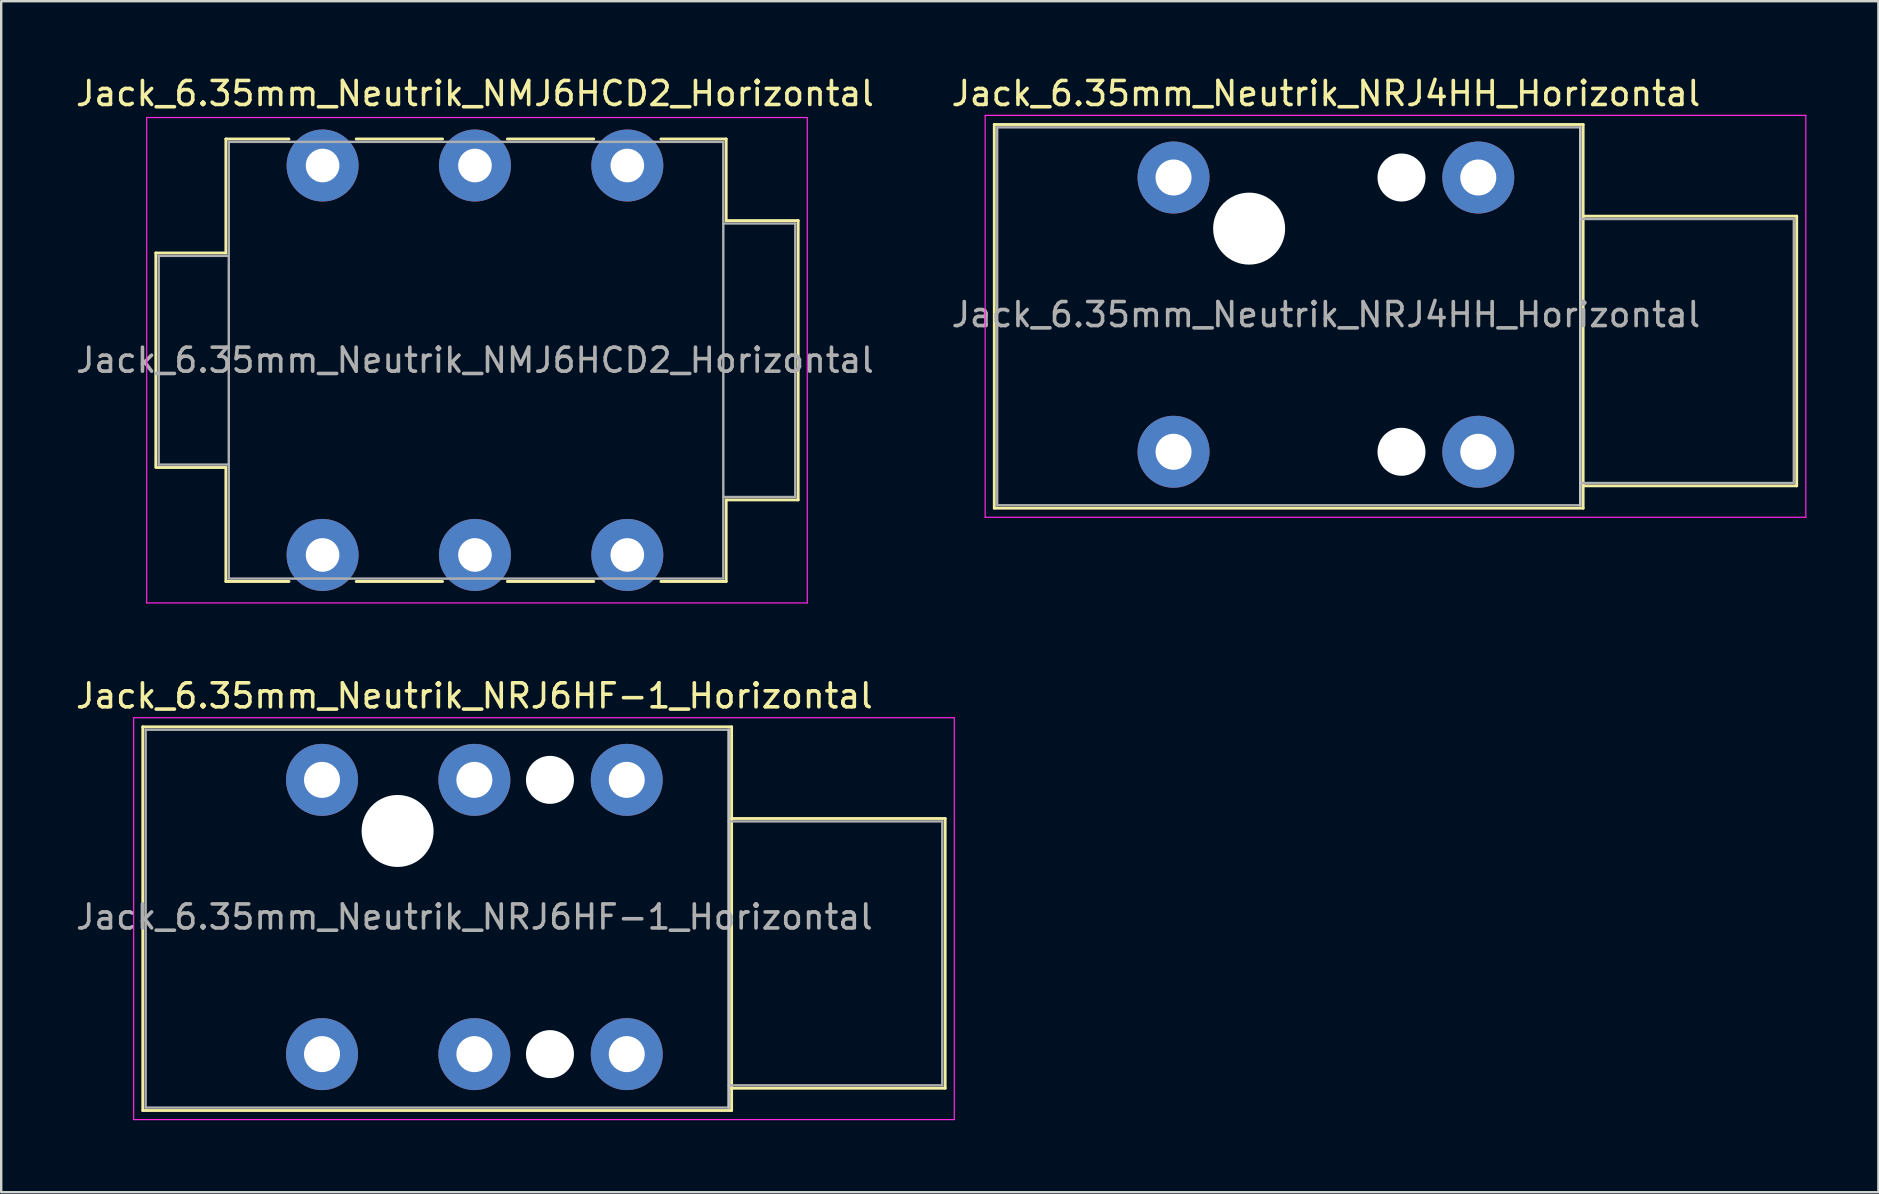
<source format=kicad_pcb>
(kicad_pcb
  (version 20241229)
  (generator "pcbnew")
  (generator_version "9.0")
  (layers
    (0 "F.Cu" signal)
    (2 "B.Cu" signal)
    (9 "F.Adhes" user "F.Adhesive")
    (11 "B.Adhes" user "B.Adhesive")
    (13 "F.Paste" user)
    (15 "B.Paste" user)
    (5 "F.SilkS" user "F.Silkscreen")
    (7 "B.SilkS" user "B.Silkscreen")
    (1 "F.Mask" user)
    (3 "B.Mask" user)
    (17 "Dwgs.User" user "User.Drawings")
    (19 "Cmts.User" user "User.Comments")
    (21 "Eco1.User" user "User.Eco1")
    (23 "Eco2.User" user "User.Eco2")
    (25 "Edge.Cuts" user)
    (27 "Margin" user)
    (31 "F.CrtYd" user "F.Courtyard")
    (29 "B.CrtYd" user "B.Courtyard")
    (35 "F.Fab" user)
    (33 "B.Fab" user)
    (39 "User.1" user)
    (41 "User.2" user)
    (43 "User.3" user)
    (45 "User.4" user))
  (footprint "Jack_6.35mm_Neutrik_NRJ4HH_Horizontal"
    (layer "F.Cu")
    (at 45.858 4.348)
    (property "Reference" "Jack_6.35mm_Neutrik_NRJ4HH_Horizontal" (at 6.35 -3.5 0) (layer "F.SilkS") (effects (font (size 1 1) (thickness 0.15))))
    (attr through_hole)
    (fp_line (start -7.47 -2.21) (end 17.07 -2.21) (stroke (width 0.12) (type solid)) (layer "F.SilkS"))
    (fp_line (start -7.47 13.78) (end -7.47 -2.21) (stroke (width 0.12) (type solid)) (layer "F.SilkS"))
    (fp_line (start -7.47 13.78) (end 17.07 13.78) (stroke (width 0.12) (type solid)) (layer "F.SilkS"))
    (fp_line (start 17.07 -2.21) (end 17.07 13.78) (stroke (width 0.12) (type solid)) (layer "F.SilkS"))
    (fp_line (start 25.97 1.61) (end 17.07 1.61) (stroke (width 0.12) (type solid)) (layer "F.SilkS"))
    (fp_line (start 25.97 12.85) (end 17.07 12.85) (stroke (width 0.12) (type solid)) (layer "F.SilkS"))
    (fp_line (start 25.97 12.85) (end 25.97 1.61) (stroke (width 0.12) (type solid)) (layer "F.SilkS"))
    (fp_line (start 16.95 -2.09) (end 16.95 13.66) (stroke (width 0.1) (type solid)) (layer "Dwgs.User"))
    (fp_line (start -7.85 14.16) (end -7.85 -2.59) (stroke (width 0.05) (type solid)) (layer "F.CrtYd"))
    (fp_line (start -7.85 14.16) (end 26.35 14.16) (stroke (width 0.05) (type solid)) (layer "F.CrtYd"))
    (fp_line (start 26.35 -2.59) (end -7.85 -2.59) (stroke (width 0.05) (type solid)) (layer "F.CrtYd"))
    (fp_line (start 26.35 14.16) (end 26.35 -2.59) (stroke (width 0.05) (type solid)) (layer "F.CrtYd"))
    (fp_line (start -7.35 -2.09) (end 16.95 -2.09) (stroke (width 0.1) (type solid)) (layer "F.Fab"))
    (fp_line (start -7.35 13.66) (end -7.35 -2.09) (stroke (width 0.1) (type solid)) (layer "F.Fab"))
    (fp_line (start 16.95 -2.09) (end 16.95 13.66) (stroke (width 0.1) (type solid)) (layer "F.Fab"))
    (fp_line (start 16.95 12.73) (end 25.85 12.73) (stroke (width 0.1) (type solid)) (layer "F.Fab"))
    (fp_line (start 16.95 13.66) (end -7.35 13.66) (stroke (width 0.1) (type solid)) (layer "F.Fab"))
    (fp_line (start 25.85 1.73) (end 16.95 1.73) (stroke (width 0.1) (type solid)) (layer "F.Fab"))
    (fp_line (start 25.85 12.73) (end 25.85 1.73) (stroke (width 0.1) (type solid)) (layer "F.Fab"))
    (fp_text user "${REFERENCE}" (at 6.35 5.715 0) (layer "F.Fab") (effects (font (size 1 1) (thickness 0.15))))
    (pad "" np_thru_hole circle (at 3.15 2.13) (size 3 3) (drill 3) (layers "*.Cu" "*.Mask"))
    (pad "" np_thru_hole circle (at 9.5 0) (size 2 2) (drill 2) (layers "*.Cu" "*.Mask"))
    (pad "" np_thru_hole circle (at 9.5 11.43) (size 2 2) (drill 2) (layers "*.Cu" "*.Mask"))
    (pad "S" thru_hole circle (at 12.7 0) (size 3 3) (drill 1.5) (layers "*.Cu" "*.Mask"))
    (pad "SN" thru_hole circle (at 12.7 11.43) (size 3 3) (drill 1.5) (layers "*.Cu" "*.Mask"))
    (pad "T" thru_hole circle (at 0 0) (size 3 3) (drill 1.5) (layers "*.Cu" "*.Mask"))
    (pad "TN" thru_hole circle (at 0 11.43) (size 3 3) (drill 1.5) (layers "*.Cu" "*.Mask")))
  (footprint "Jack_6.35mm_Neutrik_NMJ6HCD2_Horizontal"
    (layer "F.Cu")
    (at 10.394 3.848)
    (property "Reference" "Jack_6.35mm_Neutrik_NMJ6HCD2_Horizontal" (at 6.35 -3 0) (layer "F.SilkS") (effects (font (size 1 1) (thickness 0.15))))
    (attr through_hole)
    (fp_line (start -6.95 3.645) (end -4.03 3.645) (stroke (width 0.12) (type solid)) (layer "F.SilkS"))
    (fp_line (start -6.95 12.545) (end -6.95 3.645) (stroke (width 0.12) (type solid)) (layer "F.SilkS"))
    (fp_line (start -6.95 12.585) (end -4.03 12.585) (stroke (width 0.12) (type solid)) (layer "F.SilkS"))
    (fp_line (start -4.03 -1.105) (end -1.4 -1.105) (stroke (width 0.12) (type solid)) (layer "F.SilkS"))
    (fp_line (start -4.03 3.645) (end -4.03 -1.105) (stroke (width 0.12) (type solid)) (layer "F.SilkS"))
    (fp_line (start -4.03 17.335) (end -4.03 12.585) (stroke (width 0.12) (type solid)) (layer "F.SilkS"))
    (fp_line (start -1.4 17.335) (end -4.03 17.335) (stroke (width 0.12) (type solid)) (layer "F.SilkS"))
    (fp_line (start 1.4 -1.105) (end 5 -1.105) (stroke (width 0.12) (type solid)) (layer "F.SilkS"))
    (fp_line (start 5 17.335) (end 1.4 17.335) (stroke (width 0.12) (type solid)) (layer "F.SilkS"))
    (fp_line (start 7.7 -1.105) (end 11.3 -1.105) (stroke (width 0.12) (type solid)) (layer "F.SilkS"))
    (fp_line (start 11.3 17.335) (end 7.7 17.335) (stroke (width 0.12) (type solid)) (layer "F.SilkS"))
    (fp_line (start 16.82 -1.105) (end 14.1 -1.105) (stroke (width 0.12) (type solid)) (layer "F.SilkS"))
    (fp_line (start 16.82 2.295) (end 16.82 -1.105) (stroke (width 0.12) (type solid)) (layer "F.SilkS"))
    (fp_line (start 16.82 2.295) (end 19.82 2.295) (stroke (width 0.12) (type solid)) (layer "F.SilkS"))
    (fp_line (start 16.82 13.935) (end 19.82 13.935) (stroke (width 0.12) (type solid)) (layer "F.SilkS"))
    (fp_line (start 16.82 17.335) (end 14.1 17.335) (stroke (width 0.12) (type solid)) (layer "F.SilkS"))
    (fp_line (start 16.82 17.335) (end 16.82 13.935) (stroke (width 0.12) (type solid)) (layer "F.SilkS"))
    (fp_line (start 19.82 13.935) (end 19.82 2.295) (stroke (width 0.12) (type solid)) (layer "F.SilkS"))
    (fp_line (start -7.33 18.23) (end -7.33 -2) (stroke (width 0.05) (type solid)) (layer "F.CrtYd"))
    (fp_line (start -7.33 18.23) (end 20.2 18.23) (stroke (width 0.05) (type solid)) (layer "F.CrtYd"))
    (fp_line (start 20.2 -2) (end -7.33 -2) (stroke (width 0.05) (type solid)) (layer "F.CrtYd"))
    (fp_line (start 20.2 18.23) (end 20.2 -2) (stroke (width 0.05) (type solid)) (layer "F.CrtYd"))
    (fp_line (start -6.83 3.765) (end -3.91 3.765) (stroke (width 0.1) (type solid)) (layer "F.Fab"))
    (fp_line (start -6.83 12.465) (end -6.83 3.765) (stroke (width 0.1) (type solid)) (layer "F.Fab"))
    (fp_line (start -6.83 12.465) (end -3.91 12.465) (stroke (width 0.1) (type solid)) (layer "F.Fab"))
    (fp_line (start -3.91 17.215) (end -3.91 -0.985) (stroke (width 0.1) (type solid)) (layer "F.Fab"))
    (fp_line (start 16.7 -0.985) (end -3.91 -0.985) (stroke (width 0.1) (type solid)) (layer "F.Fab"))
    (fp_line (start 16.7 17.215) (end -3.91 17.215) (stroke (width 0.1) (type solid)) (layer "F.Fab"))
    (fp_line (start 16.7 17.215) (end 16.7 -0.985) (stroke (width 0.1) (type solid)) (layer "F.Fab"))
    (fp_line (start 19.7 2.415) (end 16.7 2.415) (stroke (width 0.1) (type solid)) (layer "F.Fab"))
    (fp_line (start 19.7 13.815) (end 16.7 13.815) (stroke (width 0.1) (type solid)) (layer "F.Fab"))
    (fp_line (start 19.7 13.815) (end 19.7 2.415) (stroke (width 0.1) (type solid)) (layer "F.Fab"))
    (fp_text user "${REFERENCE}" (at 6.35 8.115 0) (layer "F.Fab") (effects (font (size 1 1) (thickness 0.15))))
    (pad "R" thru_hole circle (at 6.35 0) (size 3 3) (drill 1.4) (layers "*.Cu" "*.Mask"))
    (pad "RN" thru_hole circle (at 6.35 16.23) (size 3 3) (drill 1.4) (layers "*.Cu" "*.Mask"))
    (pad "S" thru_hole circle (at 12.7 0) (size 3 3) (drill 1.4) (layers "*.Cu" "*.Mask"))
    (pad "SN" thru_hole circle (at 12.7 16.23) (size 3 3) (drill 1.4) (layers "*.Cu" "*.Mask"))
    (pad "T" thru_hole circle (at 0 0) (size 3 3) (drill 1.4) (layers "*.Cu" "*.Mask"))
    (pad "TN" thru_hole circle (at 0 16.23) (size 3 3) (drill 1.4) (layers "*.Cu" "*.Mask")))
  (footprint "Jack_6.35mm_Neutrik_NRJ6HF-1_Horizontal"
    (layer "F.Cu")
    (at 10.37 29.451)
    (property "Reference" "Jack_6.35mm_Neutrik_NRJ6HF-1_Horizontal" (at 6.35 -3.5 0) (layer "F.SilkS") (effects (font (size 1 1) (thickness 0.15))))
    (attr through_hole)
    (fp_line (start -7.47 -2.21) (end 17.07 -2.21) (stroke (width 0.12) (type solid)) (layer "F.SilkS"))
    (fp_line (start -7.47 13.78) (end -7.47 -2.21) (stroke (width 0.12) (type solid)) (layer "F.SilkS"))
    (fp_line (start -7.47 13.78) (end 17.07 13.78) (stroke (width 0.12) (type solid)) (layer "F.SilkS"))
    (fp_line (start 17.07 -2.21) (end 17.07 13.78) (stroke (width 0.12) (type solid)) (layer "F.SilkS"))
    (fp_line (start 25.97 1.61) (end 17.07 1.61) (stroke (width 0.12) (type solid)) (layer "F.SilkS"))
    (fp_line (start 25.97 12.85) (end 17.07 12.85) (stroke (width 0.12) (type solid)) (layer "F.SilkS"))
    (fp_line (start 25.97 12.85) (end 25.97 1.61) (stroke (width 0.12) (type solid)) (layer "F.SilkS"))
    (fp_line (start 16.95 -2.09) (end 16.95 13.66) (stroke (width 0.1) (type solid)) (layer "Dwgs.User"))
    (fp_line (start -7.85 14.16) (end -7.85 -2.59) (stroke (width 0.05) (type solid)) (layer "F.CrtYd"))
    (fp_line (start -7.85 14.16) (end 26.35 14.16) (stroke (width 0.05) (type solid)) (layer "F.CrtYd"))
    (fp_line (start 26.35 -2.59) (end -7.85 -2.59) (stroke (width 0.05) (type solid)) (layer "F.CrtYd"))
    (fp_line (start 26.35 14.16) (end 26.35 -2.59) (stroke (width 0.05) (type solid)) (layer "F.CrtYd"))
    (fp_line (start -7.35 -2.09) (end 16.95 -2.09) (stroke (width 0.1) (type solid)) (layer "F.Fab"))
    (fp_line (start -7.35 13.66) (end -7.35 -2.09) (stroke (width 0.1) (type solid)) (layer "F.Fab"))
    (fp_line (start 16.95 -2.09) (end 16.95 13.66) (stroke (width 0.1) (type solid)) (layer "F.Fab"))
    (fp_line (start 16.95 12.73) (end 25.85 12.73) (stroke (width 0.1) (type solid)) (layer "F.Fab"))
    (fp_line (start 16.95 13.66) (end -7.35 13.66) (stroke (width 0.1) (type solid)) (layer "F.Fab"))
    (fp_line (start 25.85 1.73) (end 16.95 1.73) (stroke (width 0.1) (type solid)) (layer "F.Fab"))
    (fp_line (start 25.85 12.73) (end 25.85 1.73) (stroke (width 0.1) (type solid)) (layer "F.Fab"))
    (fp_text user "${REFERENCE}" (at 6.35 5.715 0) (layer "F.Fab") (effects (font (size 1 1) (thickness 0.15))))
    (pad "" np_thru_hole circle (at 3.15 2.13) (size 3 3) (drill 3) (layers "*.Cu" "*.Mask"))
    (pad "" np_thru_hole circle (at 9.5 0) (size 2 2) (drill 2) (layers "*.Cu" "*.Mask"))
    (pad "" np_thru_hole circle (at 9.5 11.43) (size 2 2) (drill 2) (layers "*.Cu" "*.Mask"))
    (pad "G" thru_hole circle (at 12.7 11.43) (size 3 3) (drill 1.5) (layers "*.Cu" "*.Mask"))
    (pad "R" thru_hole circle (at 6.35 0) (size 3 3) (drill 1.5) (layers "*.Cu" "*.Mask"))
    (pad "RN" thru_hole circle (at 6.35 11.43) (size 3 3) (drill 1.5) (layers "*.Cu" "*.Mask"))
    (pad "S" thru_hole circle (at 12.7 0) (size 3 3) (drill 1.5) (layers "*.Cu" "*.Mask"))
    (pad "T" thru_hole circle (at 0 0) (size 3 3) (drill 1.5) (layers "*.Cu" "*.Mask"))
    (pad "TN" thru_hole circle (at 0 11.43) (size 3 3) (drill 1.5) (layers "*.Cu" "*.Mask")))
  (gr_rect
    (start -3 -3)
    (end 75.233 46.636)
    (stroke (width 0.1) (type default))
    (fill no)
    (layer "Edge.Cuts")))
</source>
